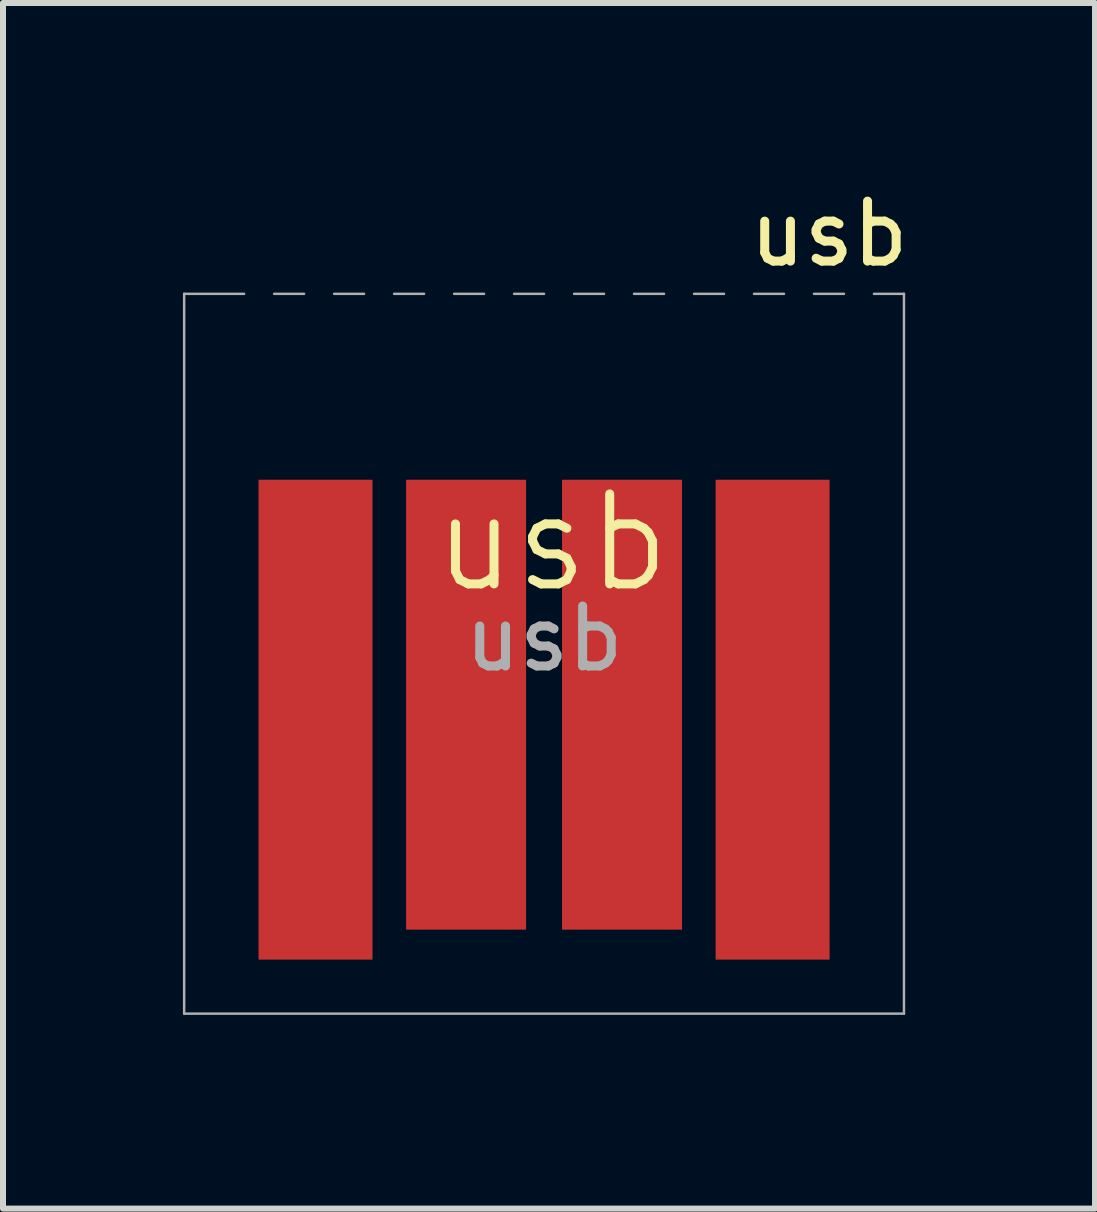
<source format=kicad_pcb>
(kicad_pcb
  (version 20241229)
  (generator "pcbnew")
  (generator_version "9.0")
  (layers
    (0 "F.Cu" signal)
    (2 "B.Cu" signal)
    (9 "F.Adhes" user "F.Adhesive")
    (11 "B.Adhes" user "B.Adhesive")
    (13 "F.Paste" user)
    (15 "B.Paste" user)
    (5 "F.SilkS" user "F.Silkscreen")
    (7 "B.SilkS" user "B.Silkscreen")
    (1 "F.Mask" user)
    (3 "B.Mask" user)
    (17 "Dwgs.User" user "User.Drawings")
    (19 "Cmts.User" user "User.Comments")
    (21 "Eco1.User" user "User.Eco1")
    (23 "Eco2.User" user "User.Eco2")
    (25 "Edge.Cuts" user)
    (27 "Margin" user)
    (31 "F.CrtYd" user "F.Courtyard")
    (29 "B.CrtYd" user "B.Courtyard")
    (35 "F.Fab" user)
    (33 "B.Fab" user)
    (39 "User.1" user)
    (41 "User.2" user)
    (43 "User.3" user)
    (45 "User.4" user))
  (footprint "usb"
    (layer "F.Cu")
    (at 6.02 13.848)
    (property "Reference" "usb" (at 0.13 -7.85 0) (layer "F.SilkS") (effects (font (size 1.5 1.5) (thickness 0.15))))
    (attr exclude_from_pos_files exclude_from_bom)
    (fp_line (start -6 -12) (end -5 -12) (stroke (width 0.041) (type solid)) (layer "F.Fab"))
    (fp_line (start -6 0) (end -6 -12) (stroke (width 0.041) (type solid)) (layer "F.Fab"))
    (fp_line (start -4.5 -12) (end -4 -12) (stroke (width 0.041) (type solid)) (layer "F.Fab"))
    (fp_line (start -3.5 -12) (end -3 -12) (stroke (width 0.041) (type solid)) (layer "F.Fab"))
    (fp_line (start -2.5 -12) (end -2 -12) (stroke (width 0.041) (type solid)) (layer "F.Fab"))
    (fp_line (start -1.5 -12) (end -1 -12) (stroke (width 0.041) (type solid)) (layer "F.Fab"))
    (fp_line (start -0.5 -12) (end 0 -12) (stroke (width 0.041) (type solid)) (layer "F.Fab"))
    (fp_line (start 0.5 -12) (end 1 -12) (stroke (width 0.041) (type solid)) (layer "F.Fab"))
    (fp_line (start 1.5 -12) (end 2 -12) (stroke (width 0.041) (type solid)) (layer "F.Fab"))
    (fp_line (start 2.5 -12) (end 3 -12) (stroke (width 0.041) (type solid)) (layer "F.Fab"))
    (fp_line (start 3.5 -12) (end 4 -12) (stroke (width 0.041) (type solid)) (layer "F.Fab"))
    (fp_line (start 4.5 -12) (end 5 -12) (stroke (width 0.041) (type solid)) (layer "F.Fab"))
    (fp_line (start 5.5 -12) (end 6 -12) (stroke (width 0.041) (type solid)) (layer "F.Fab"))
    (fp_line (start 6 -12) (end 6 0) (stroke (width 0.041) (type solid)) (layer "F.Fab"))
    (fp_line (start 6 0) (end -6 0) (stroke (width 0.041) (type solid)) (layer "F.Fab"))
    (fp_text user "${REFERENCE}" (at 4.75 -13 0) (layer "F.SilkS") (effects (font (size 1 1) (thickness 0.15))))
    (fp_text user "${REFERENCE}" (at 0 -6.25 0) (layer "F.Fab") (effects (font (size 1 1) (thickness 0.15))))
    (pad "1" connect rect (at 3.81 -4.9) (size 1.9 8) (layers "F.Cu" "F.Mask"))
    (pad "2" connect rect (at 1.3 -5.15) (size 2 7.5) (layers "F.Cu" "F.Mask"))
    (pad "3" connect rect (at -1.3 -5.15) (size 2 7.5) (layers "F.Cu" "F.Mask"))
    (pad "4" connect rect (at -3.81 -4.9) (size 1.9 8) (layers "F.Cu" "F.Mask")))
  (gr_rect
    (start -3 -3)
    (end 15.205 17.098)
    (stroke (width 0.1) (type default))
    (fill no)
    (layer "Edge.Cuts")))
</source>
